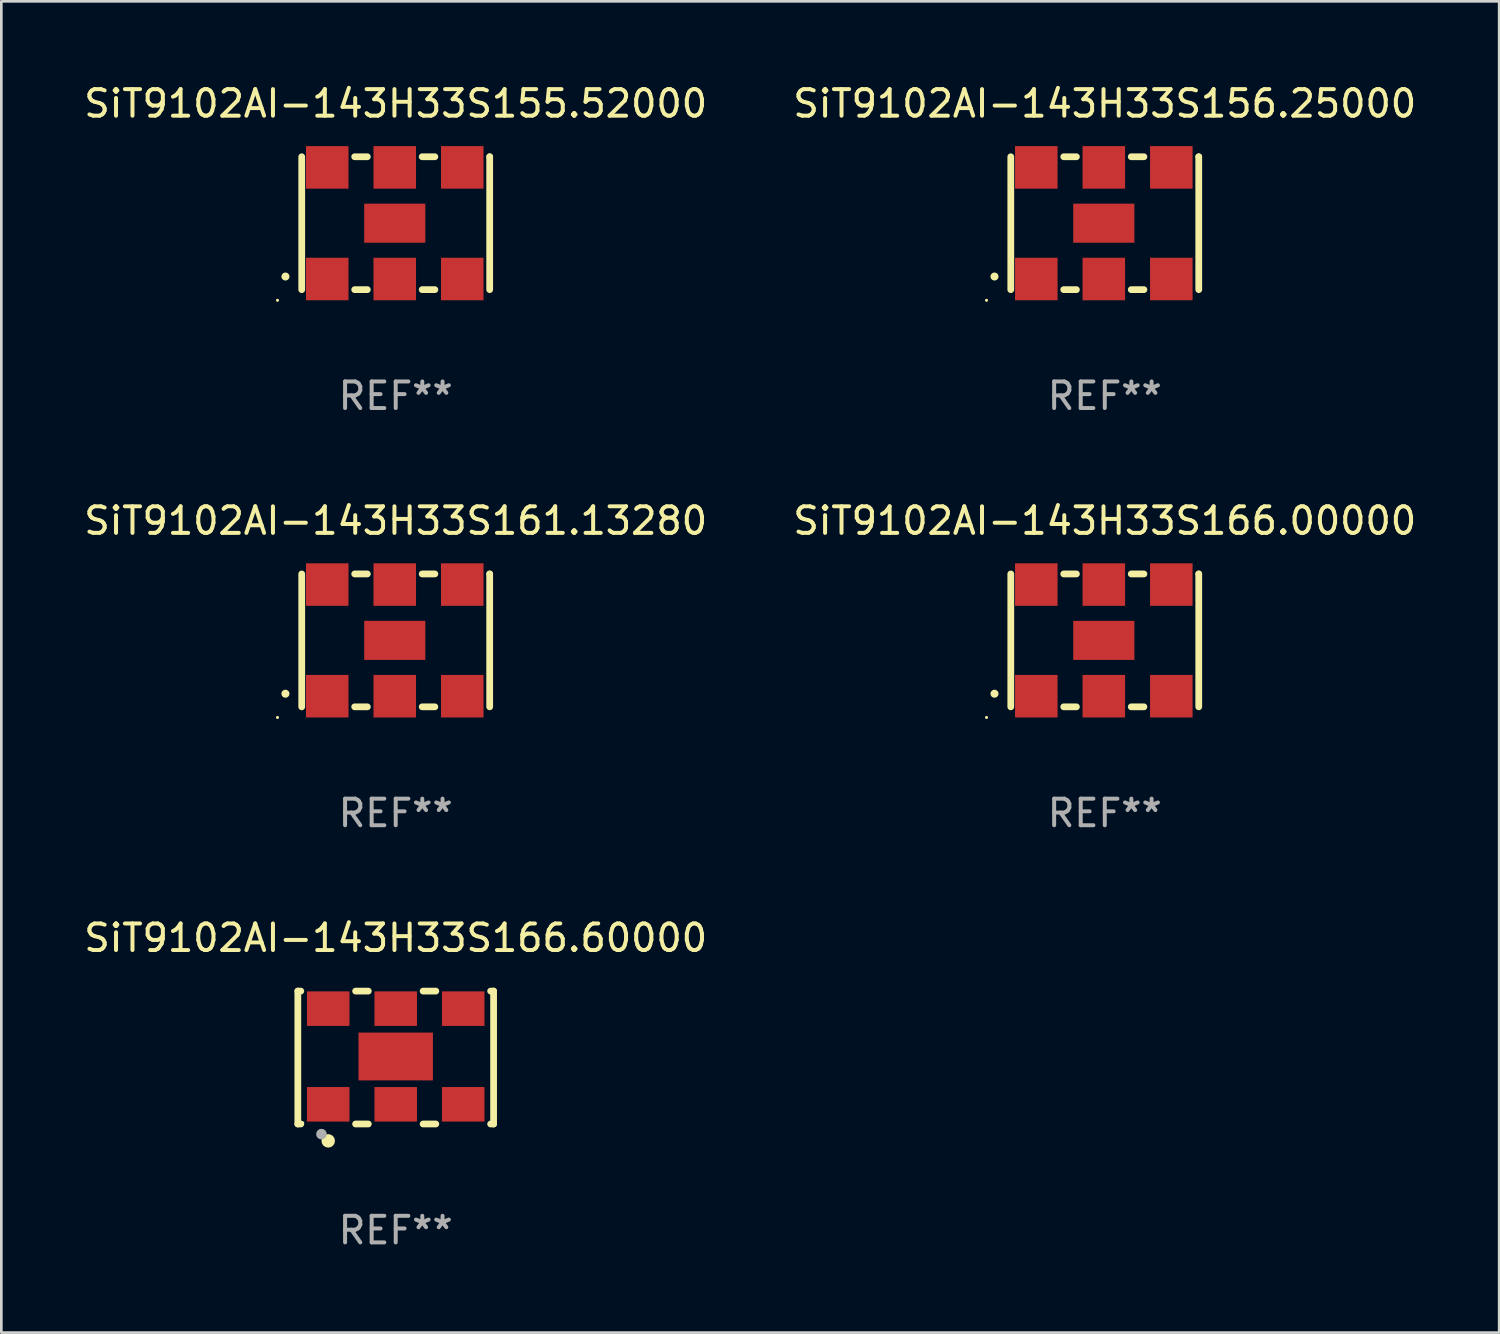
<source format=kicad_pcb>
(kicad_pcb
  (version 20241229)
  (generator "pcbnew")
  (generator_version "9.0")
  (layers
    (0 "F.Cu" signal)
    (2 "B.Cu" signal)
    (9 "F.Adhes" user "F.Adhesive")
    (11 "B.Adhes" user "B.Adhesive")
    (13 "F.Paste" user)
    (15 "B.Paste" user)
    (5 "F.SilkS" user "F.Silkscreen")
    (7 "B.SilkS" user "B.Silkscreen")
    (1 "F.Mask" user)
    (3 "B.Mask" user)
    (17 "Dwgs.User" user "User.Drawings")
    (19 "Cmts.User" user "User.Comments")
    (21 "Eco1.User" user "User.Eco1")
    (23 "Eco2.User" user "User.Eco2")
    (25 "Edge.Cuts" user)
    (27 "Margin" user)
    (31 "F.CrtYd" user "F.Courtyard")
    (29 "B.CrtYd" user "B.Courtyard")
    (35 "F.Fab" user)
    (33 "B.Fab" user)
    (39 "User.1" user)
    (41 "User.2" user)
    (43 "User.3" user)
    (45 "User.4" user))
  (footprint "SiT9102AI-143H33S155.52000"
    (layer "F.Cu")
    (at 11.839 5.348)
    (property "Reference" "SiT9102AI-143H33S155.52000" (at 0 -4.5 0) (layer "F.SilkS") (effects (font (size 1 1) (thickness 0.15))))
    (attr through_hole)
    (fp_line (start -3.536 -2.5) (end -3.536 2.5) (stroke (width 0.254) (type solid)) (layer "F.SilkS"))
    (fp_line (start -1.544 2.5) (end -1.067 2.5) (stroke (width 0.254) (type solid)) (layer "F.SilkS"))
    (fp_line (start -1.067 -2.5) (end -1.544 -2.5) (stroke (width 0.254) (type solid)) (layer "F.SilkS"))
    (fp_line (start 0.996 2.5) (end 1.473 2.5) (stroke (width 0.254) (type solid)) (layer "F.SilkS"))
    (fp_line (start 1.473 -2.5) (end 0.996 -2.5) (stroke (width 0.254) (type solid)) (layer "F.SilkS"))
    (fp_line (start 3.536 -2.5) (end 3.536 -2.5) (stroke (width 0.254) (type solid)) (layer "F.SilkS"))
    (fp_line (start 3.536 2.5) (end 3.536 -2.5) (stroke (width 0.254) (type solid)) (layer "F.SilkS"))
    (fp_arc (start -4.150432 2.006604) (mid -4.149162 2.006599) (end -4.147892 2.006604) (stroke (width 0.3) (type solid)) (layer "F.SilkS"))
    (fp_circle (center -4.449 2.9) (end -4.419 2.9) (stroke (width 0.06) (type solid)) (fill no) (layer "F.SilkS"))
    (fp_text user "REF**" (at 0 6.5 0) (layer "F.Fab") (effects (font (size 1 1) (thickness 0.15))))
    (pad "1" smd rect (at -2.576 2.1) (size 1.6 1.6) (layers "F.Cu" "F.Mask" "F.Paste"))
    (pad "2" smd rect (at -0.036 2.1) (size 1.6 1.6) (layers "F.Cu" "F.Mask" "F.Paste"))
    (pad "3" smd rect (at 2.504 2.1) (size 1.6 1.6) (layers "F.Cu" "F.Mask" "F.Paste"))
    (pad "4" smd rect (at 2.504 -2.1) (size 1.6 1.6) (layers "F.Cu" "F.Mask" "F.Paste"))
    (pad "5" smd rect (at -0.036 -2.1) (size 1.6 1.6) (layers "F.Cu" "F.Mask" "F.Paste"))
    (pad "6" smd rect (at -2.576 -2.1) (size 1.6 1.6) (layers "F.Cu" "F.Mask" "F.Paste"))
    (pad "7" smd rect (at -0.036 0) (size 2.3 1.47) (layers "F.Cu" "F.Mask" "F.Paste")))
  (footprint "SiT9102AI-143H33S166.00000"
    (layer "F.Cu")
    (at 38.518 21.045)
    (property "Reference" "SiT9102AI-143H33S166.00000" (at 0 -4.5 0) (layer "F.SilkS") (effects (font (size 1 1) (thickness 0.15))))
    (attr through_hole)
    (fp_line (start -3.536 -2.5) (end -3.536 2.5) (stroke (width 0.254) (type solid)) (layer "F.SilkS"))
    (fp_line (start -1.544 2.5) (end -1.067 2.5) (stroke (width 0.254) (type solid)) (layer "F.SilkS"))
    (fp_line (start -1.067 -2.5) (end -1.544 -2.5) (stroke (width 0.254) (type solid)) (layer "F.SilkS"))
    (fp_line (start 0.996 2.5) (end 1.473 2.5) (stroke (width 0.254) (type solid)) (layer "F.SilkS"))
    (fp_line (start 1.473 -2.5) (end 0.996 -2.5) (stroke (width 0.254) (type solid)) (layer "F.SilkS"))
    (fp_line (start 3.536 -2.5) (end 3.536 -2.5) (stroke (width 0.254) (type solid)) (layer "F.SilkS"))
    (fp_line (start 3.536 2.5) (end 3.536 -2.5) (stroke (width 0.254) (type solid)) (layer "F.SilkS"))
    (fp_arc (start -4.150432 2.006604) (mid -4.149162 2.006599) (end -4.147892 2.006604) (stroke (width 0.3) (type solid)) (layer "F.SilkS"))
    (fp_circle (center -4.449 2.9) (end -4.419 2.9) (stroke (width 0.06) (type solid)) (fill no) (layer "F.SilkS"))
    (fp_text user "REF**" (at 0 6.5 0) (layer "F.Fab") (effects (font (size 1 1) (thickness 0.15))))
    (pad "1" smd rect (at -2.576 2.1) (size 1.6 1.6) (layers "F.Cu" "F.Mask" "F.Paste"))
    (pad "2" smd rect (at -0.036 2.1) (size 1.6 1.6) (layers "F.Cu" "F.Mask" "F.Paste"))
    (pad "3" smd rect (at 2.504 2.1) (size 1.6 1.6) (layers "F.Cu" "F.Mask" "F.Paste"))
    (pad "4" smd rect (at 2.504 -2.1) (size 1.6 1.6) (layers "F.Cu" "F.Mask" "F.Paste"))
    (pad "5" smd rect (at -0.036 -2.1) (size 1.6 1.6) (layers "F.Cu" "F.Mask" "F.Paste"))
    (pad "6" smd rect (at -2.576 -2.1) (size 1.6 1.6) (layers "F.Cu" "F.Mask" "F.Paste"))
    (pad "7" smd rect (at -0.036 0) (size 2.3 1.47) (layers "F.Cu" "F.Mask" "F.Paste")))
  (footprint "SiT9102AI-143H33S156.25000"
    (layer "F.Cu")
    (at 38.518 5.348)
    (property "Reference" "SiT9102AI-143H33S156.25000" (at 0 -4.5 0) (layer "F.SilkS") (effects (font (size 1 1) (thickness 0.15))))
    (attr through_hole)
    (fp_line (start -3.536 -2.5) (end -3.536 2.5) (stroke (width 0.254) (type solid)) (layer "F.SilkS"))
    (fp_line (start -1.544 2.5) (end -1.067 2.5) (stroke (width 0.254) (type solid)) (layer "F.SilkS"))
    (fp_line (start -1.067 -2.5) (end -1.544 -2.5) (stroke (width 0.254) (type solid)) (layer "F.SilkS"))
    (fp_line (start 0.996 2.5) (end 1.473 2.5) (stroke (width 0.254) (type solid)) (layer "F.SilkS"))
    (fp_line (start 1.473 -2.5) (end 0.996 -2.5) (stroke (width 0.254) (type solid)) (layer "F.SilkS"))
    (fp_line (start 3.536 -2.5) (end 3.536 -2.5) (stroke (width 0.254) (type solid)) (layer "F.SilkS"))
    (fp_line (start 3.536 2.5) (end 3.536 -2.5) (stroke (width 0.254) (type solid)) (layer "F.SilkS"))
    (fp_arc (start -4.150432 2.006604) (mid -4.149162 2.006599) (end -4.147892 2.006604) (stroke (width 0.3) (type solid)) (layer "F.SilkS"))
    (fp_circle (center -4.449 2.9) (end -4.419 2.9) (stroke (width 0.06) (type solid)) (fill no) (layer "F.SilkS"))
    (fp_text user "REF**" (at 0 6.5 0) (layer "F.Fab") (effects (font (size 1 1) (thickness 0.15))))
    (pad "1" smd rect (at -2.576 2.1) (size 1.6 1.6) (layers "F.Cu" "F.Mask" "F.Paste"))
    (pad "2" smd rect (at -0.036 2.1) (size 1.6 1.6) (layers "F.Cu" "F.Mask" "F.Paste"))
    (pad "3" smd rect (at 2.504 2.1) (size 1.6 1.6) (layers "F.Cu" "F.Mask" "F.Paste"))
    (pad "4" smd rect (at 2.504 -2.1) (size 1.6 1.6) (layers "F.Cu" "F.Mask" "F.Paste"))
    (pad "5" smd rect (at -0.036 -2.1) (size 1.6 1.6) (layers "F.Cu" "F.Mask" "F.Paste"))
    (pad "6" smd rect (at -2.576 -2.1) (size 1.6 1.6) (layers "F.Cu" "F.Mask" "F.Paste"))
    (pad "7" smd rect (at -0.036 0) (size 2.3 1.47) (layers "F.Cu" "F.Mask" "F.Paste")))
  (footprint "SiT9102AI-143H33S161.13280"
    (layer "F.Cu")
    (at 11.839 21.045)
    (property "Reference" "SiT9102AI-143H33S161.13280" (at 0 -4.5 0) (layer "F.SilkS") (effects (font (size 1 1) (thickness 0.15))))
    (attr through_hole)
    (fp_line (start -3.536 -2.5) (end -3.536 2.5) (stroke (width 0.254) (type solid)) (layer "F.SilkS"))
    (fp_line (start -1.544 2.5) (end -1.067 2.5) (stroke (width 0.254) (type solid)) (layer "F.SilkS"))
    (fp_line (start -1.067 -2.5) (end -1.544 -2.5) (stroke (width 0.254) (type solid)) (layer "F.SilkS"))
    (fp_line (start 0.996 2.5) (end 1.473 2.5) (stroke (width 0.254) (type solid)) (layer "F.SilkS"))
    (fp_line (start 1.473 -2.5) (end 0.996 -2.5) (stroke (width 0.254) (type solid)) (layer "F.SilkS"))
    (fp_line (start 3.536 -2.5) (end 3.536 -2.5) (stroke (width 0.254) (type solid)) (layer "F.SilkS"))
    (fp_line (start 3.536 2.5) (end 3.536 -2.5) (stroke (width 0.254) (type solid)) (layer "F.SilkS"))
    (fp_arc (start -4.150432 2.006604) (mid -4.149162 2.006599) (end -4.147892 2.006604) (stroke (width 0.3) (type solid)) (layer "F.SilkS"))
    (fp_circle (center -4.449 2.9) (end -4.419 2.9) (stroke (width 0.06) (type solid)) (fill no) (layer "F.SilkS"))
    (fp_text user "REF**" (at 0 6.5 0) (layer "F.Fab") (effects (font (size 1 1) (thickness 0.15))))
    (pad "1" smd rect (at -2.576 2.1) (size 1.6 1.6) (layers "F.Cu" "F.Mask" "F.Paste"))
    (pad "2" smd rect (at -0.036 2.1) (size 1.6 1.6) (layers "F.Cu" "F.Mask" "F.Paste"))
    (pad "3" smd rect (at 2.504 2.1) (size 1.6 1.6) (layers "F.Cu" "F.Mask" "F.Paste"))
    (pad "4" smd rect (at 2.504 -2.1) (size 1.6 1.6) (layers "F.Cu" "F.Mask" "F.Paste"))
    (pad "5" smd rect (at -0.036 -2.1) (size 1.6 1.6) (layers "F.Cu" "F.Mask" "F.Paste"))
    (pad "6" smd rect (at -2.576 -2.1) (size 1.6 1.6) (layers "F.Cu" "F.Mask" "F.Paste"))
    (pad "7" smd rect (at -0.036 0) (size 2.3 1.47) (layers "F.Cu" "F.Mask" "F.Paste")))
  (footprint "SiT9102AI-143H33S166.60000"
    (layer "F.Cu")
    (at 11.839 36.741)
    (property "Reference" "SiT9102AI-143H33S166.60000" (at 0 -4.5 0) (layer "F.SilkS") (effects (font (size 1 1) (thickness 0.15))))
    (attr through_hole)
    (fp_line (start -3.683 -2.5) (end -3.571 -2.5) (stroke (width 0.254) (type solid)) (layer "F.SilkS"))
    (fp_line (start -3.683 2.5) (end -3.683 -2.5) (stroke (width 0.254) (type solid)) (layer "F.SilkS"))
    (fp_line (start -3.683 2.5) (end -3.571 2.5) (stroke (width 0.254) (type solid)) (layer "F.SilkS"))
    (fp_line (start -1.509 -2.5) (end -1.031 -2.5) (stroke (width 0.254) (type solid)) (layer "F.SilkS"))
    (fp_line (start -1.509 2.5) (end -1.031 2.5) (stroke (width 0.254) (type solid)) (layer "F.SilkS"))
    (fp_line (start 1.031 -2.5) (end 1.509 -2.5) (stroke (width 0.254) (type solid)) (layer "F.SilkS"))
    (fp_line (start 1.031 2.5) (end 1.509 2.5) (stroke (width 0.254) (type solid)) (layer "F.SilkS"))
    (fp_line (start 3.571 -2.5) (end 3.683 -2.5) (stroke (width 0.254) (type solid)) (layer "F.SilkS"))
    (fp_line (start 3.571 2.5) (end 3.683 2.5) (stroke (width 0.254) (type solid)) (layer "F.SilkS"))
    (fp_line (start 3.683 2.5) (end 3.683 -2.5) (stroke (width 0.254) (type solid)) (layer "F.SilkS"))
    (fp_circle (center -3.5 2.46) (end -3.47 2.46) (stroke (width 0.06) (type solid)) (fill no) (layer "F.SilkS"))
    (fp_circle (center -2.54 3.135) (end -2.413 3.135) (stroke (width 0.254) (type solid)) (fill no) (layer "F.SilkS"))
    (fp_circle (center -2.794 2.881) (end -2.694 2.881) (stroke (width 0.2) (type solid)) (fill no) (layer "F.Fab"))
    (fp_text user "REF**" (at 0 6.5 0) (layer "F.Fab") (effects (font (size 1 1) (thickness 0.15))))
    (pad "1" smd rect (at -2.54 1.76) (size 1.6 1.3) (layers "F.Cu" "F.Mask" "F.Paste"))
    (pad "2" smd rect (at 0 1.76) (size 1.6 1.3) (layers "F.Cu" "F.Mask" "F.Paste"))
    (pad "3" smd rect (at 2.54 1.76) (size 1.6 1.3) (layers "F.Cu" "F.Mask" "F.Paste"))
    (pad "4" smd rect (at 2.54 -1.84) (size 1.6 1.3) (layers "F.Cu" "F.Mask" "F.Paste"))
    (pad "5" smd rect (at 0 -1.84) (size 1.6 1.3) (layers "F.Cu" "F.Mask" "F.Paste"))
    (pad "6" smd rect (at -2.54 -1.84) (size 1.6 1.3) (layers "F.Cu" "F.Mask" "F.Paste"))
    (pad "7" smd rect (at 0 -0.04) (size 2.8 1.8) (layers "F.Cu" "F.Mask" "F.Paste")))
  (gr_rect
    (start -3 -3)
    (end 53.357 47.09)
    (stroke (width 0.1) (type default))
    (fill no)
    (layer "Edge.Cuts")))
</source>
